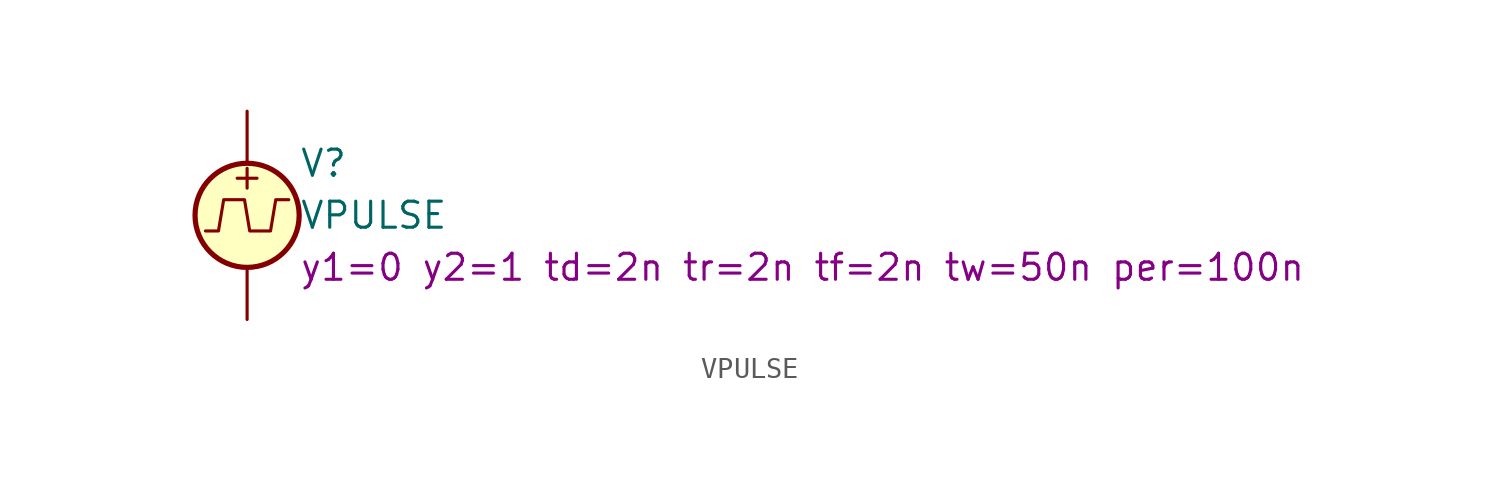
<source format=kicad_sym>
(kicad_symbol_lib
  (version 20231120)
  (generator "kicad_symbol_editor")
  (generator_version "8.0")
  (symbol "VPULSE"
    (pin_numbers hide)
    (pin_names
      (offset 0.025) hide)
    (property "Reference" "V"
      (at 2.54 2.54 0)
      (effects (font (size 1.27 1.27)) (justify left)))
    (property "Value" "VPULSE"
      (at 2.54 0 0)
      (effects (font (size 1.27 1.27)) (justify left)))
    (property "Sim.Params" "y1=0 y2=1 td=2n tr=2n tf=2n tw=50n per=100n"
      (at 2.54 -2.54 0)
      (effects (font (size 1.27 1.27)) (justify left)))
    (symbol "VPULSE_0_0"
      (polyline (pts (xy -2.032 -0.762) (xy -1.397 -0.762) (xy -1.143 0.762) (xy -0.127 0.762) (xy 0.127 -0.762) (xy 1.143 -0.762) (xy 1.397 0.762) (xy 2.032 0.762)) (stroke (width 0) (type default)) (fill (type none)))
      (text "+" (at 0 1.905 0) (effects (font (size 1.27 1.27)))))
    (symbol "VPULSE_0_1"
      (circle (center 0 0) (radius 2.54) (stroke (width 0.254) (type default)) (fill (type background))))
    (symbol "VPULSE_1_1"
      (pin passive line (at 0 5.08 270) (length 2.54) (name "~" (effects (font (size 1.27 1.27)))) (number "1" (effects (font (size 1.27 1.27)))))
      (pin passive line (at 0 -5.08 90) (length 2.54) (name "~" (effects (font (size 1.27 1.27)))) (number "2" (effects (font (size 1.27 1.27))))))))
</source>
